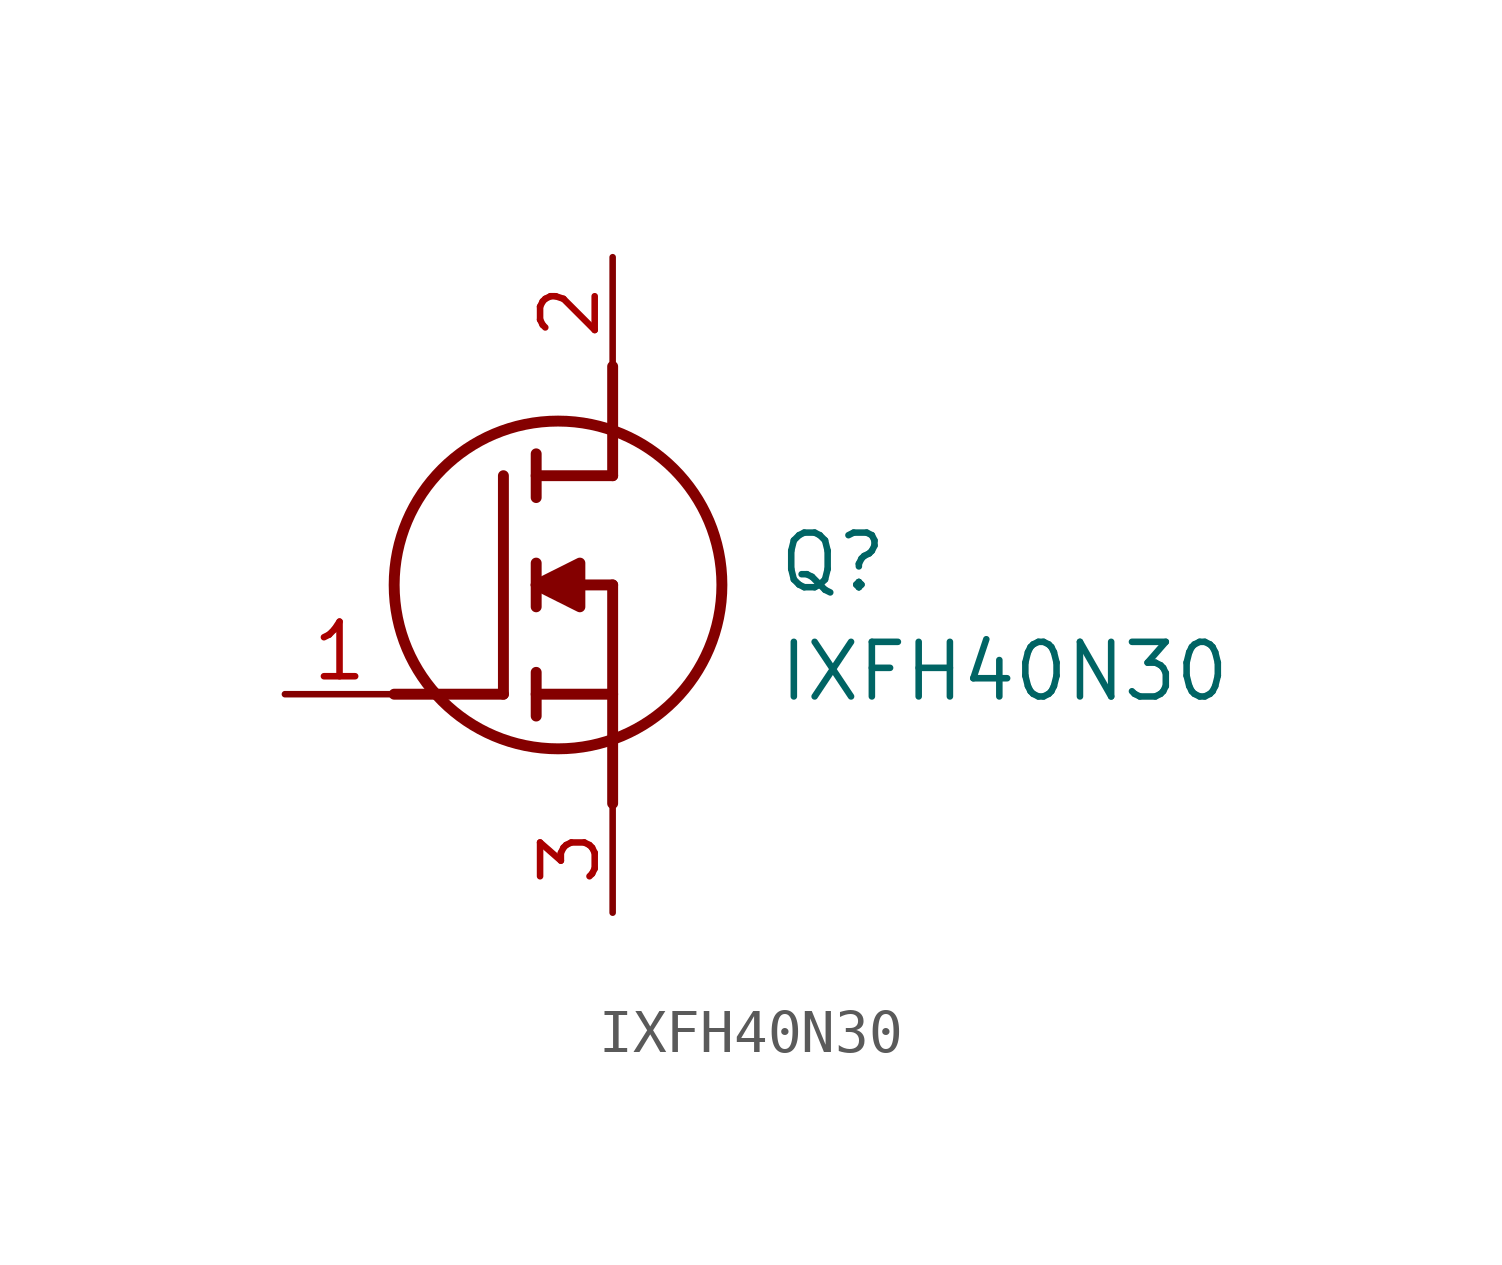
<source format=kicad_sym>
(kicad_symbol_lib
  (version 20211014)
  (generator SamacSys_ECAD_Model)
  (symbol "IXFH40N30"
    (pin_names hide)
    (property "Reference" "Q"
      (at 11.43 3.81 0)
      (effects (font (size 1.27 1.27)) (justify left top)))
    (property "Value" "IXFH40N30"
      (at 11.43 1.27 0)
      (effects (font (size 1.27 1.27)) (justify left top)))
    (polyline
      (pts (xy 7.62 2.54) (xy 7.62 -2.54))
      (stroke (width 0.254) (type default))
      (fill (type none)))
    (polyline
      (pts (xy 7.62 5.08) (xy 7.62 7.62))
      (stroke (width 0.254) (type default))
      (fill (type none)))
    (polyline
      (pts (xy 2.54 0) (xy 5.08 0))
      (stroke (width 0.254) (type default))
      (fill (type none)))
    (polyline
      (pts (xy 5.08 5.08) (xy 5.08 0))
      (stroke (width 0.254) (type default))
      (fill (type none)))
    (polyline
      (pts (xy 7.62 2.54) (xy 5.842 2.54))
      (stroke (width 0.254) (type default))
      (fill (type none)))
    (polyline
      (pts (xy 7.62 5.08) (xy 5.842 5.08))
      (stroke (width 0.254) (type default))
      (fill (type none)))
    (polyline
      (pts (xy 5.842 0) (xy 7.62 0))
      (stroke (width 0.254) (type default))
      (fill (type none)))
    (polyline
      (pts (xy 5.842 5.588) (xy 5.842 4.572))
      (stroke (width 0.254) (type default))
      (fill (type none)))
    (polyline
      (pts (xy 5.842 -0.508) (xy 5.842 0.508))
      (stroke (width 0.254) (type default))
      (fill (type none)))
    (polyline
      (pts (xy 5.842 2.032) (xy 5.842 3.048))
      (stroke (width 0.254) (type default))
      (fill (type none)))
    (circle
      (center 6.35 2.54)
      (radius 3.81)
      (stroke (width 0.254) (type default))
      (fill (type none)))
    (polyline
      (pts (xy 5.842 2.54) (xy 6.858 3.048) (xy 6.858 2.032) (xy 5.842 2.54))
      (stroke (width 0.254) (type default))
      (fill (type outline)))
    (pin passive line
      (at 0 0 0)
      (length 2.54)
      (name "G" (effects (font (size 1.27 1.27))))
      (number "1" (effects (font (size 1.27 1.27)))))
    (pin passive line
      (at 7.62 10.16 270)
      (length 2.54)
      (name "D" (effects (font (size 1.27 1.27))))
      (number "2" (effects (font (size 1.27 1.27)))))
    (pin passive line
      (at 7.62 -5.08 90)
      (length 2.54)
      (name "S" (effects (font (size 1.27 1.27))))
      (number "3" (effects (font (size 1.27 1.27)))))))
</source>
